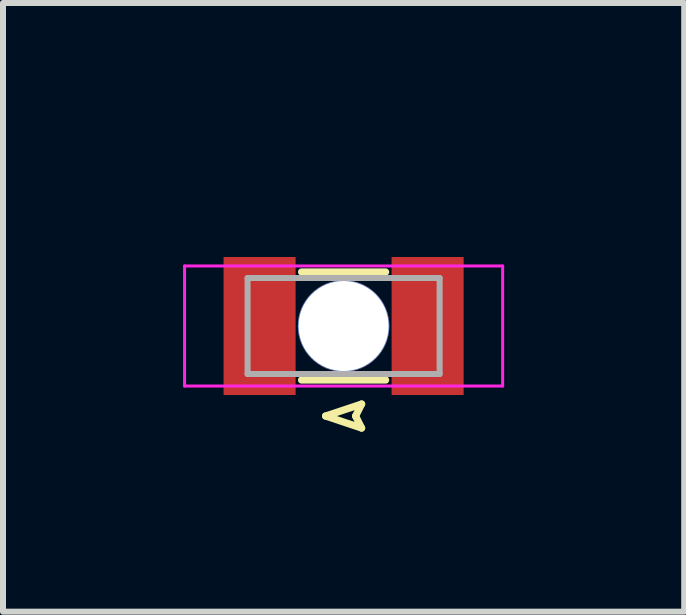
<source format=kicad_pcb>
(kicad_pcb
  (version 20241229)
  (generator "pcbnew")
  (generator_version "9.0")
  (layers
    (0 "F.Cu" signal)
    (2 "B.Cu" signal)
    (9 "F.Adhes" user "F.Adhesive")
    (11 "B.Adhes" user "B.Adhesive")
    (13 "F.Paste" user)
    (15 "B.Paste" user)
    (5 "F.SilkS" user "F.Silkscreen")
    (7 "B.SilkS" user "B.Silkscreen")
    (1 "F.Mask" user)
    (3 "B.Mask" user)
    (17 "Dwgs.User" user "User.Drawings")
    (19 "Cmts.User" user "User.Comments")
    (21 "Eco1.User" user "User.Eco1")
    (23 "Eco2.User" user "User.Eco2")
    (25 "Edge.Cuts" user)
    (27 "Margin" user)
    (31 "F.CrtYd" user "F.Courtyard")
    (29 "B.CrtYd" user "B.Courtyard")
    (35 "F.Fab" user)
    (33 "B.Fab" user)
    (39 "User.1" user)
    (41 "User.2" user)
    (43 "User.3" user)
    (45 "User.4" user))
  (footprint "LED_0807_Hole"
    (layer "F.Cu")
    (at 2.675 2.382)
    (property "Reference" "LED_0807_Hole" (at 0 -2.381 180) (layer "F.SilkS") (effects (font (size 0.001 0.001) (thickness 0.15))))
    (attr smd)
    (fp_circle (center 0 0) (end 0.1 0) (stroke (width 1) (type solid)) (fill no) (layer "F.Mask"))
    (fp_line (start -0.7 -0.9) (end 0.7 -0.9) (stroke (width 0.12) (type solid)) (layer "F.SilkS"))
    (fp_line (start -0.7 0.9) (end 0.7 0.9) (stroke (width 0.12) (type solid)) (layer "F.SilkS"))
    (fp_line (start -0.3 1.5) (end 0.3 1.3) (stroke (width 0.12) (type solid)) (layer "F.SilkS"))
    (fp_line (start -0.3 1.5) (end 0.3 1.7) (stroke (width 0.12) (type solid)) (layer "F.SilkS"))
    (fp_line (start 0.2 1.5) (end 0.3 1.7) (stroke (width 0.12) (type solid)) (layer "F.SilkS"))
    (fp_line (start 0.3 1.3) (end 0.2 1.5) (stroke (width 0.12) (type solid)) (layer "F.SilkS"))
    (fp_line (start -2.65 -1) (end 2.65 -1) (stroke (width 0.05) (type solid)) (layer "F.CrtYd"))
    (fp_line (start -2.65 1) (end -2.65 -1) (stroke (width 0.05) (type solid)) (layer "F.CrtYd"))
    (fp_line (start 2.65 -1) (end 2.65 1) (stroke (width 0.05) (type solid)) (layer "F.CrtYd"))
    (fp_line (start 2.65 1) (end -2.65 1) (stroke (width 0.05) (type solid)) (layer "F.CrtYd"))
    (fp_line (start -1.6 -0.8) (end 1.6 -0.8) (stroke (width 0.1) (type solid)) (layer "F.Fab"))
    (fp_line (start -1.6 0.8) (end -1.6 -0.8) (stroke (width 0.1) (type solid)) (layer "F.Fab"))
    (fp_line (start -0.45 -0.4) (end -0.45 0.4) (stroke (width 0.1) (type solid)) (layer "F.Fab"))
    (fp_line (start -0.4 0) (end 0.2 -0.4) (stroke (width 0.1) (type solid)) (layer "F.Fab"))
    (fp_line (start 0.2 -0.4) (end 0.2 0.4) (stroke (width 0.1) (type solid)) (layer "F.Fab"))
    (fp_line (start 0.2 0.4) (end -0.4 0) (stroke (width 0.1) (type solid)) (layer "F.Fab"))
    (fp_line (start 1.6 -0.8) (end 1.6 0.8) (stroke (width 0.1) (type solid)) (layer "F.Fab"))
    (fp_line (start 1.6 0.8) (end -1.6 0.8) (stroke (width 0.1) (type solid)) (layer "F.Fab"))
    (pad "" np_thru_hole circle (at 0 0) (size 1.524 1.524) (drill 1.5) (layers "*.Cu"))
    (pad "1" smd rect (at -1.4 0 180) (size 1.2 2.3) (layers "F.Cu" "F.Mask" "F.Paste"))
    (pad "2" smd rect (at 1.4 0 180) (size 1.2 2.3) (layers "F.Cu" "F.Mask" "F.Paste")))
  (gr_rect
    (start -3 -3)
    (end 8.35 7.142)
    (stroke (width 0.1) (type default))
    (fill no)
    (layer "Edge.Cuts")))
</source>
